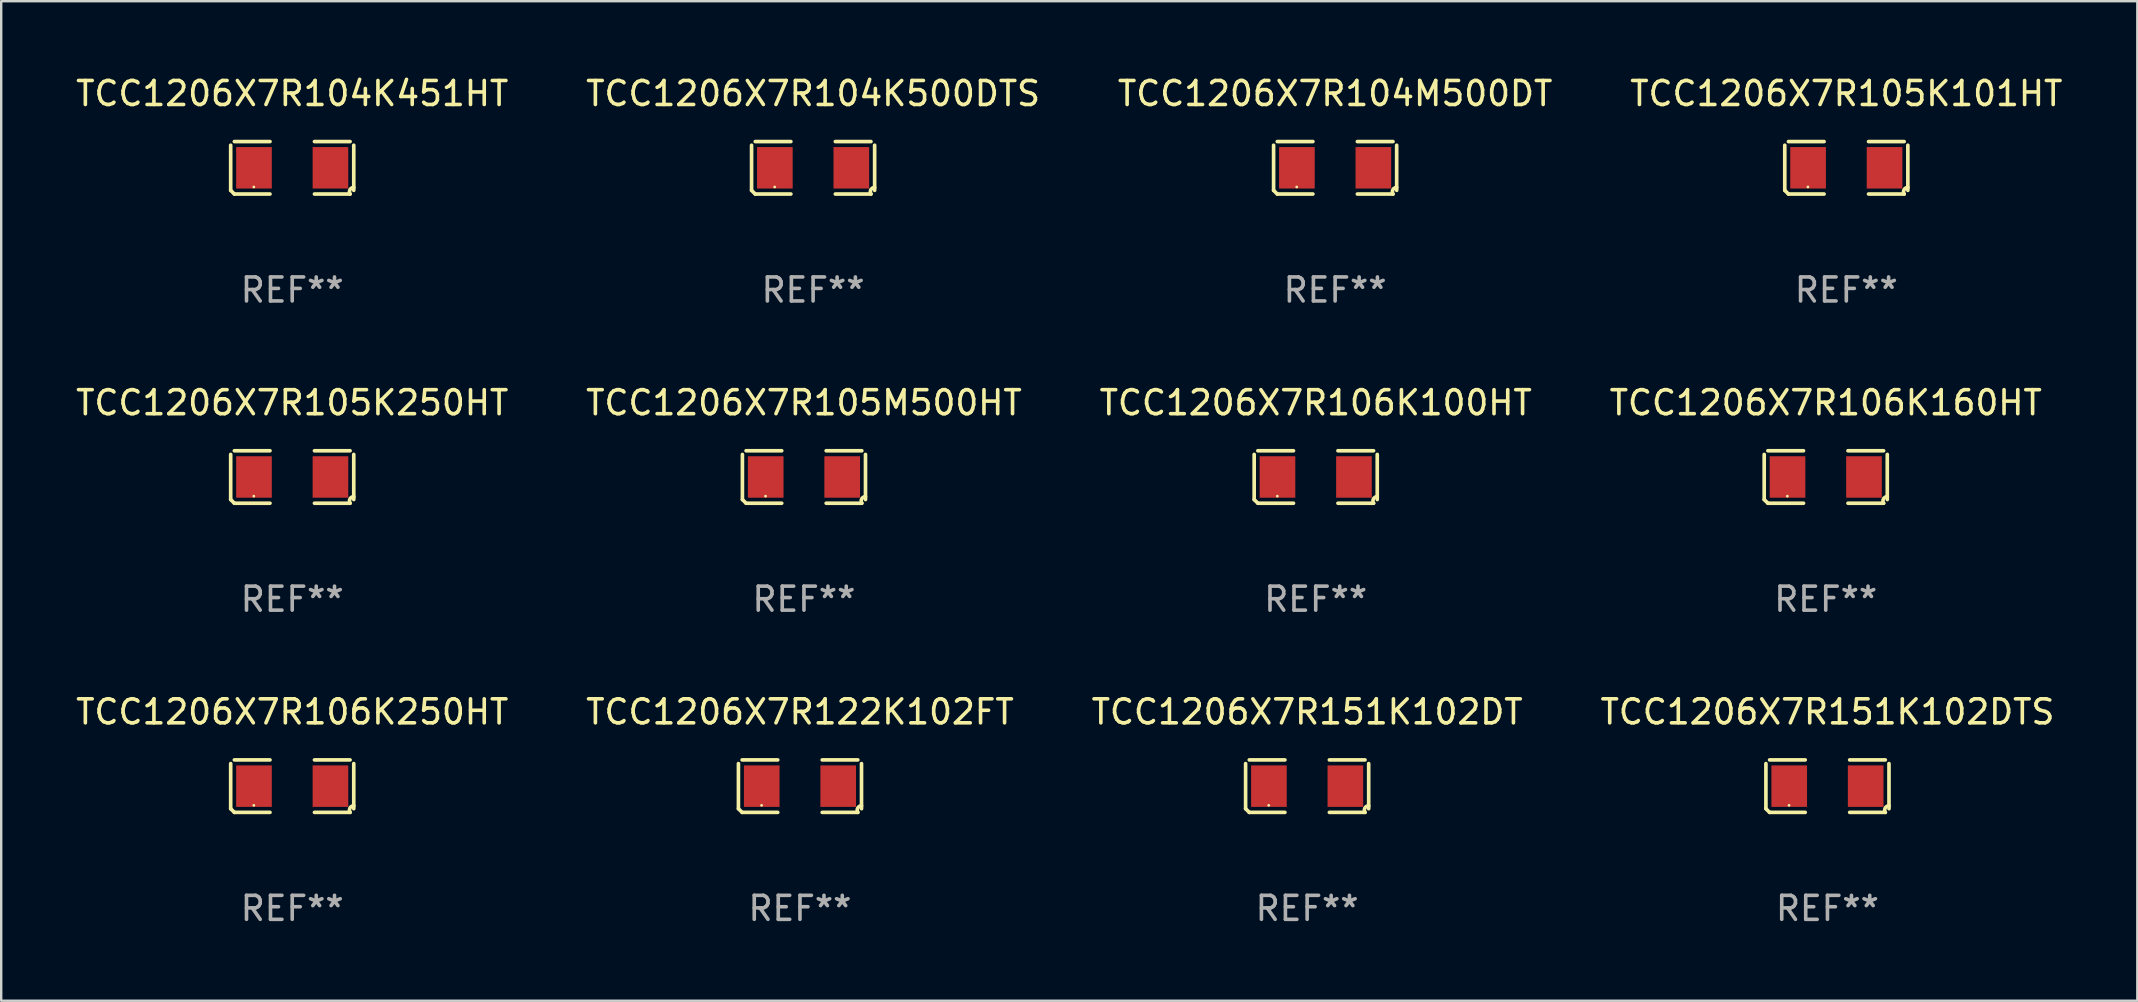
<source format=kicad_pcb>
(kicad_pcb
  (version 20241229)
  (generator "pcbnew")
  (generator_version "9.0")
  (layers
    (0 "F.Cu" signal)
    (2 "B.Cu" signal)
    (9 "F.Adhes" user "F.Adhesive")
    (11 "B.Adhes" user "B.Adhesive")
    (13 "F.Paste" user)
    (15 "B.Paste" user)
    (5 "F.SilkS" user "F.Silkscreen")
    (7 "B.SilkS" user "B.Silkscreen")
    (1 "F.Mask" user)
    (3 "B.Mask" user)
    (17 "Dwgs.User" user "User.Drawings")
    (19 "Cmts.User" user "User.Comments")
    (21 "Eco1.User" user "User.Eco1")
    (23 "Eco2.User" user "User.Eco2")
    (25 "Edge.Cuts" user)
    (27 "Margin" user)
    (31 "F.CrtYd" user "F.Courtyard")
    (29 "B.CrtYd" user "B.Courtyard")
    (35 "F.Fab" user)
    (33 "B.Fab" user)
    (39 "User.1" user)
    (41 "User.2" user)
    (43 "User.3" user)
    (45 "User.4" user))
  (footprint "TCC1206X7R104M500DT"
    (layer "F.Cu")
    (at 52.577 3.941)
    (property "Reference" "TCC1206X7R104M500DT" (at 0 -3.093 0) (layer "F.SilkS") (effects (font (size 1 1) (thickness 0.15))))
    (attr through_hole)
    (fp_line (start -2.564 0.94) (end -2.564 -0.94) (stroke (width 0.152) (type solid)) (layer "F.SilkS"))
    (fp_line (start -2.411 -1.093) (end -0.926 -1.093) (stroke (width 0.152) (type solid)) (layer "F.SilkS"))
    (fp_line (start -0.926 1.093) (end -2.411 1.093) (stroke (width 0.152) (type solid)) (layer "F.SilkS"))
    (fp_line (start 0.926 1.093) (end 2.411 1.093) (stroke (width 0.152) (type solid)) (layer "F.SilkS"))
    (fp_line (start 2.411 -1.093) (end 0.926 -1.093) (stroke (width 0.152) (type solid)) (layer "F.SilkS"))
    (fp_line (start 2.564 0.94) (end 2.564 -0.94) (stroke (width 0.152) (type solid)) (layer "F.SilkS"))
    (fp_arc (start -2.411201 1.092609) (mid -2.487413 1.01642) (end -2.563602 0.940208) (stroke (width 0.1524) (type solid)) (layer "F.SilkS"))
    (fp_arc (start 2.411201 1.092609) (mid 2.407159 0.911226) (end 2.563602 0.819347) (stroke (width 0.1524) (type solid)) (layer "F.SilkS"))
    (fp_circle (center -1.6 0.8) (end -1.57 0.8) (stroke (width 0.06) (type solid)) (fill no) (layer "F.SilkS"))
    (fp_text user "REF**" (at 0 5.093 0) (layer "F.Fab") (effects (font (size 1 1) (thickness 0.15))))
    (pad "1" smd rect (at -1.593 0) (size 1.485 1.728) (layers "F.Cu" "F.Mask" "F.Paste"))
    (pad "2" smd rect (at 1.593 0) (size 1.485 1.728) (layers "F.Cu" "F.Mask" "F.Paste")))
  (footprint "TCC1206X7R105K250HT"
    (layer "F.Cu")
    (at 9.125 16.823)
    (property "Reference" "TCC1206X7R105K250HT" (at 0 -3.093 0) (layer "F.SilkS") (effects (font (size 1 1) (thickness 0.15))))
    (attr through_hole)
    (fp_line (start -2.564 0.94) (end -2.564 -0.94) (stroke (width 0.152) (type solid)) (layer "F.SilkS"))
    (fp_line (start -2.411 -1.093) (end -0.926 -1.093) (stroke (width 0.152) (type solid)) (layer "F.SilkS"))
    (fp_line (start -0.926 1.093) (end -2.411 1.093) (stroke (width 0.152) (type solid)) (layer "F.SilkS"))
    (fp_line (start 0.926 1.093) (end 2.411 1.093) (stroke (width 0.152) (type solid)) (layer "F.SilkS"))
    (fp_line (start 2.411 -1.093) (end 0.926 -1.093) (stroke (width 0.152) (type solid)) (layer "F.SilkS"))
    (fp_line (start 2.564 0.94) (end 2.564 -0.94) (stroke (width 0.152) (type solid)) (layer "F.SilkS"))
    (fp_arc (start -2.411201 1.092609) (mid -2.487413 1.01642) (end -2.563602 0.940208) (stroke (width 0.1524) (type solid)) (layer "F.SilkS"))
    (fp_arc (start 2.411201 1.092609) (mid 2.407159 0.911226) (end 2.563602 0.819347) (stroke (width 0.1524) (type solid)) (layer "F.SilkS"))
    (fp_circle (center -1.6 0.8) (end -1.57 0.8) (stroke (width 0.06) (type solid)) (fill no) (layer "F.SilkS"))
    (fp_text user "REF**" (at 0 5.093 0) (layer "F.Fab") (effects (font (size 1 1) (thickness 0.15))))
    (pad "1" smd rect (at -1.593 0) (size 1.485 1.728) (layers "F.Cu" "F.Mask" "F.Paste"))
    (pad "2" smd rect (at 1.593 0) (size 1.485 1.728) (layers "F.Cu" "F.Mask" "F.Paste")))
  (footprint "TCC1206X7R104K500DTS"
    (layer "F.Cu")
    (at 30.827 3.941)
    (property "Reference" "TCC1206X7R104K500DTS" (at 0 -3.093 0) (layer "F.SilkS") (effects (font (size 1 1) (thickness 0.15))))
    (attr through_hole)
    (fp_line (start -2.564 0.94) (end -2.564 -0.94) (stroke (width 0.152) (type solid)) (layer "F.SilkS"))
    (fp_line (start -2.411 -1.093) (end -0.926 -1.093) (stroke (width 0.152) (type solid)) (layer "F.SilkS"))
    (fp_line (start -0.926 1.093) (end -2.411 1.093) (stroke (width 0.152) (type solid)) (layer "F.SilkS"))
    (fp_line (start 0.926 1.093) (end 2.411 1.093) (stroke (width 0.152) (type solid)) (layer "F.SilkS"))
    (fp_line (start 2.411 -1.093) (end 0.926 -1.093) (stroke (width 0.152) (type solid)) (layer "F.SilkS"))
    (fp_line (start 2.564 0.94) (end 2.564 -0.94) (stroke (width 0.152) (type solid)) (layer "F.SilkS"))
    (fp_arc (start -2.411201 1.092609) (mid -2.487413 1.01642) (end -2.563602 0.940208) (stroke (width 0.1524) (type solid)) (layer "F.SilkS"))
    (fp_arc (start 2.411201 1.092609) (mid 2.407159 0.911226) (end 2.563602 0.819347) (stroke (width 0.1524) (type solid)) (layer "F.SilkS"))
    (fp_circle (center -1.6 0.8) (end -1.57 0.8) (stroke (width 0.06) (type solid)) (fill no) (layer "F.SilkS"))
    (fp_text user "REF**" (at 0 5.093 0) (layer "F.Fab") (effects (font (size 1 1) (thickness 0.15))))
    (pad "1" smd rect (at -1.593 0) (size 1.485 1.728) (layers "F.Cu" "F.Mask" "F.Paste"))
    (pad "2" smd rect (at 1.593 0) (size 1.485 1.728) (layers "F.Cu" "F.Mask" "F.Paste")))
  (footprint "TCC1206X7R151K102DT"
    (layer "F.Cu")
    (at 51.411 29.704)
    (property "Reference" "TCC1206X7R151K102DT" (at 0 -3.093 0) (layer "F.SilkS") (effects (font (size 1 1) (thickness 0.15))))
    (attr through_hole)
    (fp_line (start -2.564 0.94) (end -2.564 -0.94) (stroke (width 0.152) (type solid)) (layer "F.SilkS"))
    (fp_line (start -2.411 -1.093) (end -0.926 -1.093) (stroke (width 0.152) (type solid)) (layer "F.SilkS"))
    (fp_line (start -0.926 1.093) (end -2.411 1.093) (stroke (width 0.152) (type solid)) (layer "F.SilkS"))
    (fp_line (start 0.926 1.093) (end 2.411 1.093) (stroke (width 0.152) (type solid)) (layer "F.SilkS"))
    (fp_line (start 2.411 -1.093) (end 0.926 -1.093) (stroke (width 0.152) (type solid)) (layer "F.SilkS"))
    (fp_line (start 2.564 0.94) (end 2.564 -0.94) (stroke (width 0.152) (type solid)) (layer "F.SilkS"))
    (fp_arc (start -2.411201 1.092609) (mid -2.487413 1.01642) (end -2.563602 0.940208) (stroke (width 0.1524) (type solid)) (layer "F.SilkS"))
    (fp_arc (start 2.411201 1.092609) (mid 2.407159 0.911226) (end 2.563602 0.819347) (stroke (width 0.1524) (type solid)) (layer "F.SilkS"))
    (fp_circle (center -1.6 0.8) (end -1.57 0.8) (stroke (width 0.06) (type solid)) (fill no) (layer "F.SilkS"))
    (fp_text user "REF**" (at 0 5.093 0) (layer "F.Fab") (effects (font (size 1 1) (thickness 0.15))))
    (pad "1" smd rect (at -1.593 0) (size 1.485 1.728) (layers "F.Cu" "F.Mask" "F.Paste"))
    (pad "2" smd rect (at 1.593 0) (size 1.485 1.728) (layers "F.Cu" "F.Mask" "F.Paste")))
  (footprint "TCC1206X7R106K160HT"
    (layer "F.Cu")
    (at 73.018 16.823)
    (property "Reference" "TCC1206X7R106K160HT" (at 0 -3.093 0) (layer "F.SilkS") (effects (font (size 1 1) (thickness 0.15))))
    (attr through_hole)
    (fp_line (start -2.564 0.94) (end -2.564 -0.94) (stroke (width 0.152) (type solid)) (layer "F.SilkS"))
    (fp_line (start -2.411 -1.093) (end -0.926 -1.093) (stroke (width 0.152) (type solid)) (layer "F.SilkS"))
    (fp_line (start -0.926 1.093) (end -2.411 1.093) (stroke (width 0.152) (type solid)) (layer "F.SilkS"))
    (fp_line (start 0.926 1.093) (end 2.411 1.093) (stroke (width 0.152) (type solid)) (layer "F.SilkS"))
    (fp_line (start 2.411 -1.093) (end 0.926 -1.093) (stroke (width 0.152) (type solid)) (layer "F.SilkS"))
    (fp_line (start 2.564 0.94) (end 2.564 -0.94) (stroke (width 0.152) (type solid)) (layer "F.SilkS"))
    (fp_arc (start -2.411201 1.092609) (mid -2.487413 1.01642) (end -2.563602 0.940208) (stroke (width 0.1524) (type solid)) (layer "F.SilkS"))
    (fp_arc (start 2.411201 1.092609) (mid 2.407159 0.911226) (end 2.563602 0.819347) (stroke (width 0.1524) (type solid)) (layer "F.SilkS"))
    (fp_circle (center -1.6 0.8) (end -1.57 0.8) (stroke (width 0.06) (type solid)) (fill no) (layer "F.SilkS"))
    (fp_text user "REF**" (at 0 5.093 0) (layer "F.Fab") (effects (font (size 1 1) (thickness 0.15))))
    (pad "1" smd rect (at -1.593 0) (size 1.485 1.728) (layers "F.Cu" "F.Mask" "F.Paste"))
    (pad "2" smd rect (at 1.593 0) (size 1.485 1.728) (layers "F.Cu" "F.Mask" "F.Paste")))
  (footprint "TCC1206X7R122K102FT"
    (layer "F.Cu")
    (at 30.28 29.704)
    (property "Reference" "TCC1206X7R122K102FT" (at 0 -3.093 0) (layer "F.SilkS") (effects (font (size 1 1) (thickness 0.15))))
    (attr through_hole)
    (fp_line (start -2.564 0.94) (end -2.564 -0.94) (stroke (width 0.152) (type solid)) (layer "F.SilkS"))
    (fp_line (start -2.411 -1.093) (end -0.926 -1.093) (stroke (width 0.152) (type solid)) (layer "F.SilkS"))
    (fp_line (start -0.926 1.093) (end -2.411 1.093) (stroke (width 0.152) (type solid)) (layer "F.SilkS"))
    (fp_line (start 0.926 1.093) (end 2.411 1.093) (stroke (width 0.152) (type solid)) (layer "F.SilkS"))
    (fp_line (start 2.411 -1.093) (end 0.926 -1.093) (stroke (width 0.152) (type solid)) (layer "F.SilkS"))
    (fp_line (start 2.564 0.94) (end 2.564 -0.94) (stroke (width 0.152) (type solid)) (layer "F.SilkS"))
    (fp_arc (start -2.411201 1.092609) (mid -2.487413 1.01642) (end -2.563602 0.940208) (stroke (width 0.1524) (type solid)) (layer "F.SilkS"))
    (fp_arc (start 2.411201 1.092609) (mid 2.407159 0.911226) (end 2.563602 0.819347) (stroke (width 0.1524) (type solid)) (layer "F.SilkS"))
    (fp_circle (center -1.6 0.8) (end -1.57 0.8) (stroke (width 0.06) (type solid)) (fill no) (layer "F.SilkS"))
    (fp_text user "REF**" (at 0 5.093 0) (layer "F.Fab") (effects (font (size 1 1) (thickness 0.15))))
    (pad "1" smd rect (at -1.593 0) (size 1.485 1.728) (layers "F.Cu" "F.Mask" "F.Paste"))
    (pad "2" smd rect (at 1.593 0) (size 1.485 1.728) (layers "F.Cu" "F.Mask" "F.Paste")))
  (footprint "TCC1206X7R151K102DTS"
    (layer "F.Cu")
    (at 73.089 29.704)
    (property "Reference" "TCC1206X7R151K102DTS" (at 0 -3.093 0) (layer "F.SilkS") (effects (font (size 1 1) (thickness 0.15))))
    (attr through_hole)
    (fp_line (start -2.564 0.94) (end -2.564 -0.94) (stroke (width 0.152) (type solid)) (layer "F.SilkS"))
    (fp_line (start -2.411 -1.093) (end -0.926 -1.093) (stroke (width 0.152) (type solid)) (layer "F.SilkS"))
    (fp_line (start -0.926 1.093) (end -2.411 1.093) (stroke (width 0.152) (type solid)) (layer "F.SilkS"))
    (fp_line (start 0.926 1.093) (end 2.411 1.093) (stroke (width 0.152) (type solid)) (layer "F.SilkS"))
    (fp_line (start 2.411 -1.093) (end 0.926 -1.093) (stroke (width 0.152) (type solid)) (layer "F.SilkS"))
    (fp_line (start 2.564 0.94) (end 2.564 -0.94) (stroke (width 0.152) (type solid)) (layer "F.SilkS"))
    (fp_arc (start -2.411201 1.092609) (mid -2.487413 1.01642) (end -2.563602 0.940208) (stroke (width 0.1524) (type solid)) (layer "F.SilkS"))
    (fp_arc (start 2.411201 1.092609) (mid 2.407159 0.911226) (end 2.563602 0.819347) (stroke (width 0.1524) (type solid)) (layer "F.SilkS"))
    (fp_circle (center -1.6 0.8) (end -1.57 0.8) (stroke (width 0.06) (type solid)) (fill no) (layer "F.SilkS"))
    (fp_text user "REF**" (at 0 5.093 0) (layer "F.Fab") (effects (font (size 1 1) (thickness 0.15))))
    (pad "1" smd rect (at -1.593 0) (size 1.485 1.728) (layers "F.Cu" "F.Mask" "F.Paste"))
    (pad "2" smd rect (at 1.593 0) (size 1.485 1.728) (layers "F.Cu" "F.Mask" "F.Paste")))
  (footprint "TCC1206X7R104K451HT"
    (layer "F.Cu")
    (at 9.125 3.941)
    (property "Reference" "TCC1206X7R104K451HT" (at 0 -3.093 0) (layer "F.SilkS") (effects (font (size 1 1) (thickness 0.15))))
    (attr through_hole)
    (fp_line (start -2.564 0.94) (end -2.564 -0.94) (stroke (width 0.152) (type solid)) (layer "F.SilkS"))
    (fp_line (start -2.411 -1.093) (end -0.926 -1.093) (stroke (width 0.152) (type solid)) (layer "F.SilkS"))
    (fp_line (start -0.926 1.093) (end -2.411 1.093) (stroke (width 0.152) (type solid)) (layer "F.SilkS"))
    (fp_line (start 0.926 1.093) (end 2.411 1.093) (stroke (width 0.152) (type solid)) (layer "F.SilkS"))
    (fp_line (start 2.411 -1.093) (end 0.926 -1.093) (stroke (width 0.152) (type solid)) (layer "F.SilkS"))
    (fp_line (start 2.564 0.94) (end 2.564 -0.94) (stroke (width 0.152) (type solid)) (layer "F.SilkS"))
    (fp_arc (start -2.411201 1.092609) (mid -2.487413 1.01642) (end -2.563602 0.940208) (stroke (width 0.1524) (type solid)) (layer "F.SilkS"))
    (fp_arc (start 2.411201 1.092609) (mid 2.407159 0.911226) (end 2.563602 0.819347) (stroke (width 0.1524) (type solid)) (layer "F.SilkS"))
    (fp_circle (center -1.6 0.8) (end -1.57 0.8) (stroke (width 0.06) (type solid)) (fill no) (layer "F.SilkS"))
    (fp_text user "REF**" (at 0 5.093 0) (layer "F.Fab") (effects (font (size 1 1) (thickness 0.15))))
    (pad "1" smd rect (at -1.593 0) (size 1.485 1.728) (layers "F.Cu" "F.Mask" "F.Paste"))
    (pad "2" smd rect (at 1.593 0) (size 1.485 1.728) (layers "F.Cu" "F.Mask" "F.Paste")))
  (footprint "TCC1206X7R106K250HT"
    (layer "F.Cu")
    (at 9.125 29.704)
    (property "Reference" "TCC1206X7R106K250HT" (at 0 -3.093 0) (layer "F.SilkS") (effects (font (size 1 1) (thickness 0.15))))
    (attr through_hole)
    (fp_line (start -2.564 0.94) (end -2.564 -0.94) (stroke (width 0.152) (type solid)) (layer "F.SilkS"))
    (fp_line (start -2.411 -1.093) (end -0.926 -1.093) (stroke (width 0.152) (type solid)) (layer "F.SilkS"))
    (fp_line (start -0.926 1.093) (end -2.411 1.093) (stroke (width 0.152) (type solid)) (layer "F.SilkS"))
    (fp_line (start 0.926 1.093) (end 2.411 1.093) (stroke (width 0.152) (type solid)) (layer "F.SilkS"))
    (fp_line (start 2.411 -1.093) (end 0.926 -1.093) (stroke (width 0.152) (type solid)) (layer "F.SilkS"))
    (fp_line (start 2.564 0.94) (end 2.564 -0.94) (stroke (width 0.152) (type solid)) (layer "F.SilkS"))
    (fp_arc (start -2.411201 1.092609) (mid -2.487413 1.01642) (end -2.563602 0.940208) (stroke (width 0.1524) (type solid)) (layer "F.SilkS"))
    (fp_arc (start 2.411201 1.092609) (mid 2.407159 0.911226) (end 2.563602 0.819347) (stroke (width 0.1524) (type solid)) (layer "F.SilkS"))
    (fp_circle (center -1.6 0.8) (end -1.57 0.8) (stroke (width 0.06) (type solid)) (fill no) (layer "F.SilkS"))
    (fp_text user "REF**" (at 0 5.093 0) (layer "F.Fab") (effects (font (size 1 1) (thickness 0.15))))
    (pad "1" smd rect (at -1.593 0) (size 1.485 1.728) (layers "F.Cu" "F.Mask" "F.Paste"))
    (pad "2" smd rect (at 1.593 0) (size 1.485 1.728) (layers "F.Cu" "F.Mask" "F.Paste")))
  (footprint "TCC1206X7R105K101HT"
    (layer "F.Cu")
    (at 73.875 3.941)
    (property "Reference" "TCC1206X7R105K101HT" (at 0 -3.093 0) (layer "F.SilkS") (effects (font (size 1 1) (thickness 0.15))))
    (attr through_hole)
    (fp_line (start -2.564 0.94) (end -2.564 -0.94) (stroke (width 0.152) (type solid)) (layer "F.SilkS"))
    (fp_line (start -2.411 -1.093) (end -0.926 -1.093) (stroke (width 0.152) (type solid)) (layer "F.SilkS"))
    (fp_line (start -0.926 1.093) (end -2.411 1.093) (stroke (width 0.152) (type solid)) (layer "F.SilkS"))
    (fp_line (start 0.926 1.093) (end 2.411 1.093) (stroke (width 0.152) (type solid)) (layer "F.SilkS"))
    (fp_line (start 2.411 -1.093) (end 0.926 -1.093) (stroke (width 0.152) (type solid)) (layer "F.SilkS"))
    (fp_line (start 2.564 0.94) (end 2.564 -0.94) (stroke (width 0.152) (type solid)) (layer "F.SilkS"))
    (fp_arc (start -2.411201 1.092609) (mid -2.487413 1.01642) (end -2.563602 0.940208) (stroke (width 0.1524) (type solid)) (layer "F.SilkS"))
    (fp_arc (start 2.411201 1.092609) (mid 2.407159 0.911226) (end 2.563602 0.819347) (stroke (width 0.1524) (type solid)) (layer "F.SilkS"))
    (fp_circle (center -1.6 0.8) (end -1.57 0.8) (stroke (width 0.06) (type solid)) (fill no) (layer "F.SilkS"))
    (fp_text user "REF**" (at 0 5.093 0) (layer "F.Fab") (effects (font (size 1 1) (thickness 0.15))))
    (pad "1" smd rect (at -1.593 0) (size 1.485 1.728) (layers "F.Cu" "F.Mask" "F.Paste"))
    (pad "2" smd rect (at 1.593 0) (size 1.485 1.728) (layers "F.Cu" "F.Mask" "F.Paste")))
  (footprint "TCC1206X7R106K100HT"
    (layer "F.Cu")
    (at 51.768 16.823)
    (property "Reference" "TCC1206X7R106K100HT" (at 0 -3.093 0) (layer "F.SilkS") (effects (font (size 1 1) (thickness 0.15))))
    (attr through_hole)
    (fp_line (start -2.564 0.94) (end -2.564 -0.94) (stroke (width 0.152) (type solid)) (layer "F.SilkS"))
    (fp_line (start -2.411 -1.093) (end -0.926 -1.093) (stroke (width 0.152) (type solid)) (layer "F.SilkS"))
    (fp_line (start -0.926 1.093) (end -2.411 1.093) (stroke (width 0.152) (type solid)) (layer "F.SilkS"))
    (fp_line (start 0.926 1.093) (end 2.411 1.093) (stroke (width 0.152) (type solid)) (layer "F.SilkS"))
    (fp_line (start 2.411 -1.093) (end 0.926 -1.093) (stroke (width 0.152) (type solid)) (layer "F.SilkS"))
    (fp_line (start 2.564 0.94) (end 2.564 -0.94) (stroke (width 0.152) (type solid)) (layer "F.SilkS"))
    (fp_arc (start -2.411201 1.092609) (mid -2.487413 1.01642) (end -2.563602 0.940208) (stroke (width 0.1524) (type solid)) (layer "F.SilkS"))
    (fp_arc (start 2.411201 1.092609) (mid 2.407159 0.911226) (end 2.563602 0.819347) (stroke (width 0.1524) (type solid)) (layer "F.SilkS"))
    (fp_circle (center -1.6 0.8) (end -1.57 0.8) (stroke (width 0.06) (type solid)) (fill no) (layer "F.SilkS"))
    (fp_text user "REF**" (at 0 5.093 0) (layer "F.Fab") (effects (font (size 1 1) (thickness 0.15))))
    (pad "1" smd rect (at -1.593 0) (size 1.485 1.728) (layers "F.Cu" "F.Mask" "F.Paste"))
    (pad "2" smd rect (at 1.593 0) (size 1.485 1.728) (layers "F.Cu" "F.Mask" "F.Paste")))
  (footprint "TCC1206X7R105M500HT"
    (layer "F.Cu")
    (at 30.446 16.823)
    (property "Reference" "TCC1206X7R105M500HT" (at 0 -3.093 0) (layer "F.SilkS") (effects (font (size 1 1) (thickness 0.15))))
    (attr through_hole)
    (fp_line (start -2.564 0.94) (end -2.564 -0.94) (stroke (width 0.152) (type solid)) (layer "F.SilkS"))
    (fp_line (start -2.411 -1.093) (end -0.926 -1.093) (stroke (width 0.152) (type solid)) (layer "F.SilkS"))
    (fp_line (start -0.926 1.093) (end -2.411 1.093) (stroke (width 0.152) (type solid)) (layer "F.SilkS"))
    (fp_line (start 0.926 1.093) (end 2.411 1.093) (stroke (width 0.152) (type solid)) (layer "F.SilkS"))
    (fp_line (start 2.411 -1.093) (end 0.926 -1.093) (stroke (width 0.152) (type solid)) (layer "F.SilkS"))
    (fp_line (start 2.564 0.94) (end 2.564 -0.94) (stroke (width 0.152) (type solid)) (layer "F.SilkS"))
    (fp_arc (start -2.411201 1.092609) (mid -2.487413 1.01642) (end -2.563602 0.940208) (stroke (width 0.1524) (type solid)) (layer "F.SilkS"))
    (fp_arc (start 2.411201 1.092609) (mid 2.407159 0.911226) (end 2.563602 0.819347) (stroke (width 0.1524) (type solid)) (layer "F.SilkS"))
    (fp_circle (center -1.6 0.8) (end -1.57 0.8) (stroke (width 0.06) (type solid)) (fill no) (layer "F.SilkS"))
    (fp_text user "REF**" (at 0 5.093 0) (layer "F.Fab") (effects (font (size 1 1) (thickness 0.15))))
    (pad "1" smd rect (at -1.593 0) (size 1.485 1.728) (layers "F.Cu" "F.Mask" "F.Paste"))
    (pad "2" smd rect (at 1.593 0) (size 1.485 1.728) (layers "F.Cu" "F.Mask" "F.Paste")))
  (gr_rect
    (start -3 -3)
    (end 86 38.645)
    (stroke (width 0.1) (type default))
    (fill no)
    (layer "Edge.Cuts")))
</source>
